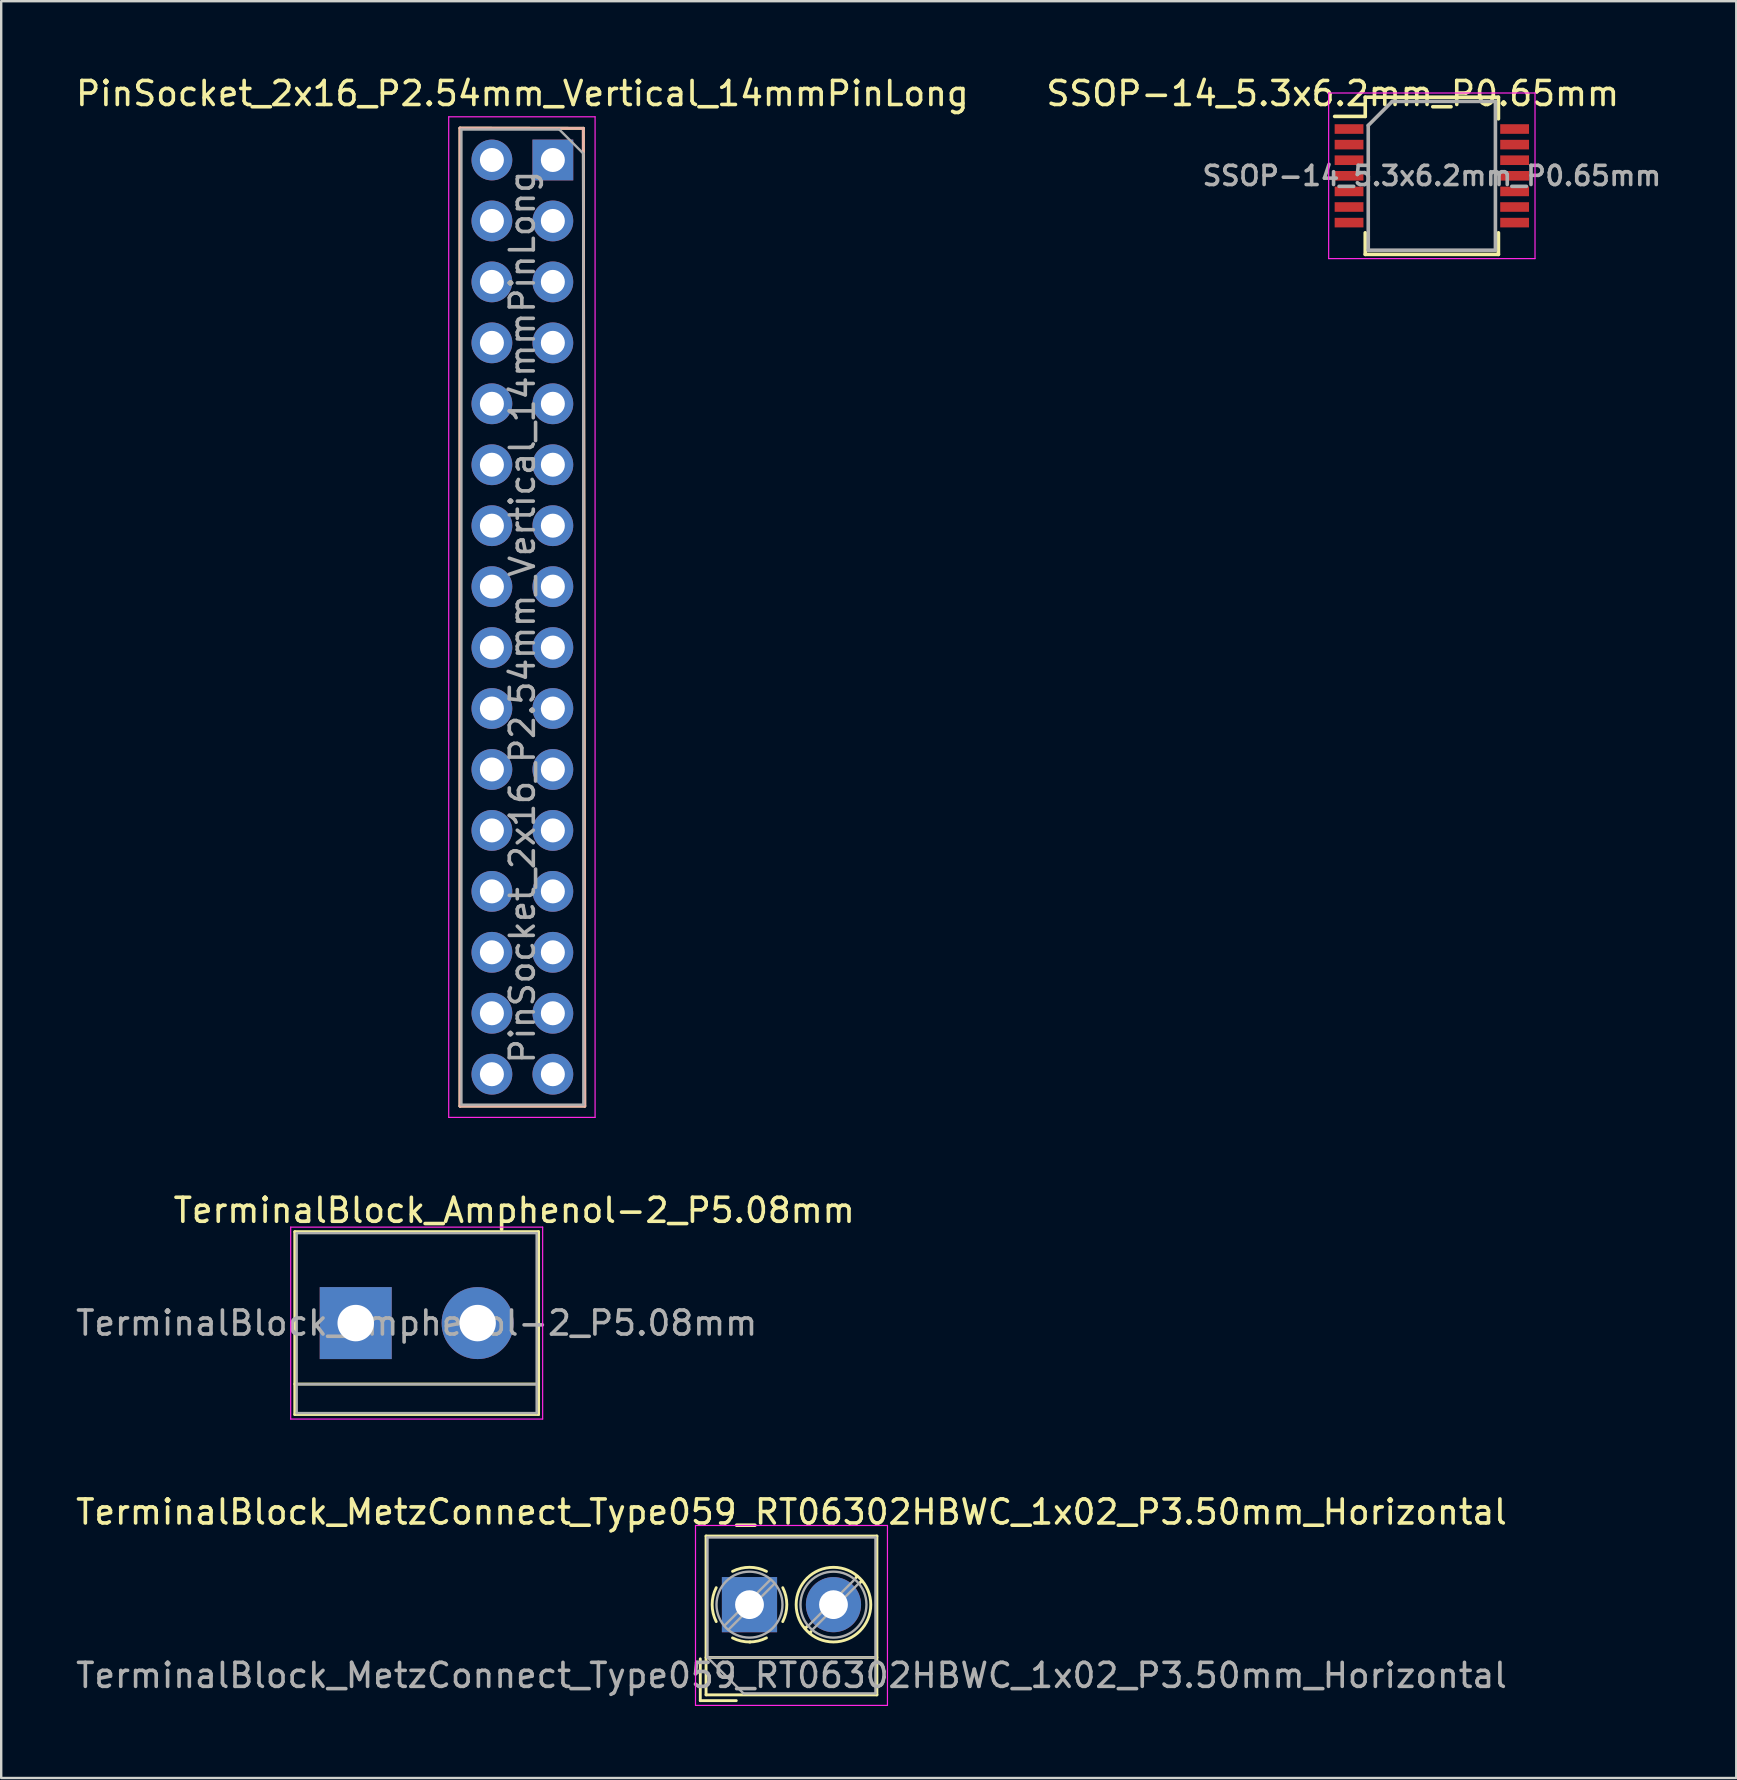
<source format=kicad_pcb>
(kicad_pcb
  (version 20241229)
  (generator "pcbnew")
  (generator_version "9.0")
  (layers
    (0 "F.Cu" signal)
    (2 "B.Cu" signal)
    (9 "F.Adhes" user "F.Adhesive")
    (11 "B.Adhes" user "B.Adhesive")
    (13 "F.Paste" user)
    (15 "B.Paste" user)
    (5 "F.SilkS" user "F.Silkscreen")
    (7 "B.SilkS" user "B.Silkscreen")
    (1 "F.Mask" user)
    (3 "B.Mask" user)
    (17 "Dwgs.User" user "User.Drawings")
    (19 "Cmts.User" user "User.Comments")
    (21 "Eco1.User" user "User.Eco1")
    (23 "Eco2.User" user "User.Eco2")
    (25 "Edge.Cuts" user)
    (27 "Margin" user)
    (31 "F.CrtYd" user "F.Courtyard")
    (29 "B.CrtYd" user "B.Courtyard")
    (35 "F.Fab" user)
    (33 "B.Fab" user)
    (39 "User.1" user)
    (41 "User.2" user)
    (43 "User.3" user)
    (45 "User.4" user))
  (footprint "TerminalBlock_Amphenol-2_P5.08mm"
    (layer "F.Cu")
    (at 11.775 52.09)
    (property "Reference" "TerminalBlock_Amphenol-2_P5.08mm" (at 6.604 -4.699 180) (layer "F.SilkS") (effects (font (size 1 1) (thickness 0.15))))
    (attr through_hole)
    (fp_line (start -2.54 -3.81) (end -2.54 3.81) (stroke (width 0.12) (type solid)) (layer "F.SilkS"))
    (fp_line (start -2.54 3.81) (end 7.62 3.81) (stroke (width 0.12) (type solid)) (layer "F.SilkS"))
    (fp_line (start 7.62 -3.81) (end -2.54 -3.81) (stroke (width 0.12) (type solid)) (layer "F.SilkS"))
    (fp_line (start 7.62 2.54) (end -2.54 2.54) (stroke (width 0.12) (type solid)) (layer "F.SilkS"))
    (fp_line (start 7.62 3.81) (end 7.62 -3.81) (stroke (width 0.12) (type solid)) (layer "F.SilkS"))
    (fp_line (start -2.71 -4) (end -2.71 4) (stroke (width 0.05) (type solid)) (layer "F.CrtYd"))
    (fp_line (start -2.71 -4) (end 7.79 -4) (stroke (width 0.05) (type solid)) (layer "F.CrtYd"))
    (fp_line (start 7.79 4) (end -2.71 4) (stroke (width 0.05) (type solid)) (layer "F.CrtYd"))
    (fp_line (start 7.79 4) (end 7.79 -4) (stroke (width 0.05) (type solid)) (layer "F.CrtYd"))
    (fp_line (start -2.46 -3.75) (end -2.46 3.75) (stroke (width 0.1) (type solid)) (layer "F.Fab"))
    (fp_line (start -2.46 3.75) (end 7.54 3.75) (stroke (width 0.1) (type solid)) (layer "F.Fab"))
    (fp_line (start -2.41 2.55) (end 7.49 2.55) (stroke (width 0.1) (type solid)) (layer "F.Fab"))
    (fp_line (start 7.54 -3.75) (end -2.46 -3.75) (stroke (width 0.1) (type solid)) (layer "F.Fab"))
    (fp_line (start 7.54 3.75) (end 7.54 -3.75) (stroke (width 0.1) (type solid)) (layer "F.Fab"))
    (fp_text user "${REFERENCE}" (at 2.54 0 180) (layer "F.Fab") (effects (font (size 1 1) (thickness 0.15))))
    (pad "1" thru_hole rect (at 0 0) (size 3 3) (drill 1.52) (layers "*.Cu" "*.Mask"))
    (pad "2" thru_hole circle (at 5.08 0) (size 3 3) (drill 1.52) (layers "*.Cu" "*.Mask")))
  (footprint "SSOP-14_5.3x6.2mm_P0.65mm"
    (layer "F.Cu")
    (at 56.622 4.277)
    (property "Reference" "SSOP-14_5.3x6.2mm_P0.65mm" (at -4.128 -3.429 180) (layer "F.SilkS") (effects (font (size 1 1) (thickness 0.15))))
    (attr smd)
    (fp_line (start -2.775 -3.275) (end -2.775 -2.475) (stroke (width 0.15) (type solid)) (layer "F.SilkS"))
    (fp_line (start -2.775 -3.275) (end 2.775 -3.275) (stroke (width 0.15) (type solid)) (layer "F.SilkS"))
    (fp_line (start -2.775 -2.475) (end -4.05 -2.475) (stroke (width 0.15) (type solid)) (layer "F.SilkS"))
    (fp_line (start -2.775 3.275) (end -2.775 2.375) (stroke (width 0.15) (type solid)) (layer "F.SilkS"))
    (fp_line (start -2.775 3.275) (end 2.775 3.275) (stroke (width 0.15) (type solid)) (layer "F.SilkS"))
    (fp_line (start 2.775 -3.275) (end 2.775 -2.375) (stroke (width 0.15) (type solid)) (layer "F.SilkS"))
    (fp_line (start 2.775 3.275) (end 2.775 2.375) (stroke (width 0.15) (type solid)) (layer "F.SilkS"))
    (fp_line (start -4.3 -3.45) (end -4.3 3.45) (stroke (width 0.05) (type solid)) (layer "F.CrtYd"))
    (fp_line (start -4.3 -3.45) (end 4.3 -3.45) (stroke (width 0.05) (type solid)) (layer "F.CrtYd"))
    (fp_line (start -4.3 3.45) (end 4.3 3.45) (stroke (width 0.05) (type solid)) (layer "F.CrtYd"))
    (fp_line (start 4.3 -3.45) (end 4.3 3.45) (stroke (width 0.05) (type solid)) (layer "F.CrtYd"))
    (fp_line (start -2.65 -2.1) (end -1.65 -3.1) (stroke (width 0.15) (type solid)) (layer "F.Fab"))
    (fp_line (start -2.65 3.1) (end -2.65 -2.1) (stroke (width 0.15) (type solid)) (layer "F.Fab"))
    (fp_line (start -1.65 -3.1) (end 2.65 -3.1) (stroke (width 0.15) (type solid)) (layer "F.Fab"))
    (fp_line (start 2.65 -3.1) (end 2.65 3.1) (stroke (width 0.15) (type solid)) (layer "F.Fab"))
    (fp_line (start 2.65 3.1) (end -2.65 3.1) (stroke (width 0.15) (type solid)) (layer "F.Fab"))
    (fp_text user "${REFERENCE}" (at 0 0 180) (layer "F.Fab") (effects (font (size 0.8 0.8) (thickness 0.15))))
    (pad "1" smd rect (at -3.45 -1.95) (size 1.2 0.4) (layers "F.Cu" "F.Mask" "F.Paste"))
    (pad "2" smd rect (at -3.45 -1.3) (size 1.2 0.4) (layers "F.Cu" "F.Mask" "F.Paste"))
    (pad "3" smd rect (at -3.45 -0.65) (size 1.2 0.4) (layers "F.Cu" "F.Mask" "F.Paste"))
    (pad "4" smd rect (at -3.45 0) (size 1.2 0.4) (layers "F.Cu" "F.Mask" "F.Paste"))
    (pad "5" smd rect (at -3.45 0.65) (size 1.2 0.4) (layers "F.Cu" "F.Mask" "F.Paste"))
    (pad "6" smd rect (at -3.45 1.3) (size 1.2 0.4) (layers "F.Cu" "F.Mask" "F.Paste"))
    (pad "7" smd rect (at -3.45 1.95) (size 1.2 0.4) (layers "F.Cu" "F.Mask" "F.Paste"))
    (pad "8" smd rect (at 3.45 1.95) (size 1.2 0.4) (layers "F.Cu" "F.Mask" "F.Paste"))
    (pad "9" smd rect (at 3.45 1.3) (size 1.2 0.4) (layers "F.Cu" "F.Mask" "F.Paste"))
    (pad "10" smd rect (at 3.45 0.65) (size 1.2 0.4) (layers "F.Cu" "F.Mask" "F.Paste"))
    (pad "11" smd rect (at 3.45 0) (size 1.2 0.4) (layers "F.Cu" "F.Mask" "F.Paste"))
    (pad "12" smd rect (at 3.45 -0.65) (size 1.2 0.4) (layers "F.Cu" "F.Mask" "F.Paste"))
    (pad "13" smd rect (at 3.45 -1.3) (size 1.2 0.4) (layers "F.Cu" "F.Mask" "F.Paste"))
    (pad "14" smd rect (at 3.45 -1.95) (size 1.2 0.4) (layers "F.Cu" "F.Mask" "F.Paste")))
  (footprint "PinSocket_2x16_P2.54mm_Vertical_14mmPinLong"
    (layer "F.Cu")
    (at 19.99 3.618)
    (property "Reference" "PinSocket_2x16_P2.54mm_Vertical_14mmPinLong" (at -1.27 -2.77 0) (layer "F.SilkS") (effects (font (size 1 1) (thickness 0.15))))
    (attr through_hole)
    (fp_line (start -3.87 -1.33) (end -3.87 39.43) (stroke (width 0.12) (type solid)) (layer "F.SilkS"))
    (fp_line (start -3.87 -1.33) (end 1.27 -1.321) (stroke (width 0.12) (type solid)) (layer "F.SilkS"))
    (fp_line (start -3.87 39.43) (end 1.33 39.43) (stroke (width 0.12) (type solid)) (layer "F.SilkS"))
    (fp_line (start 1.27 -1.321) (end 1.33 39.43) (stroke (width 0.12) (type solid)) (layer "F.SilkS"))
    (fp_line (start -3.87 -1.33) (end -3.87 39.43) (stroke (width 0.12) (type solid)) (layer "B.SilkS"))
    (fp_line (start -3.87 -1.33) (end 1.27 -1.321) (stroke (width 0.12) (type solid)) (layer "B.SilkS"))
    (fp_line (start -3.87 39.43) (end 1.33 39.43) (stroke (width 0.12) (type solid)) (layer "B.SilkS"))
    (fp_line (start 1.27 -1.321) (end 1.33 39.43) (stroke (width 0.12) (type solid)) (layer "B.SilkS"))
    (fp_line (start -4.34 -1.8) (end 1.76 -1.8) (stroke (width 0.05) (type solid)) (layer "F.CrtYd"))
    (fp_line (start -4.34 39.9) (end -4.34 -1.8) (stroke (width 0.05) (type solid)) (layer "F.CrtYd"))
    (fp_line (start 1.76 -1.8) (end 1.76 39.9) (stroke (width 0.05) (type solid)) (layer "F.CrtYd"))
    (fp_line (start 1.76 39.9) (end -4.34 39.9) (stroke (width 0.05) (type solid)) (layer "F.CrtYd"))
    (fp_line (start -3.81 -1.27) (end 0.27 -1.27) (stroke (width 0.1) (type solid)) (layer "F.Fab"))
    (fp_line (start -3.81 39.37) (end -3.81 -1.27) (stroke (width 0.1) (type solid)) (layer "F.Fab"))
    (fp_line (start 0.27 -1.27) (end 1.27 -0.27) (stroke (width 0.1) (type solid)) (layer "F.Fab"))
    (fp_line (start 1.27 -0.27) (end 1.27 39.37) (stroke (width 0.1) (type solid)) (layer "F.Fab"))
    (fp_line (start 1.27 39.37) (end -3.81 39.37) (stroke (width 0.1) (type solid)) (layer "F.Fab"))
    (fp_text user "${REFERENCE}" (at -1.27 19.05 90) (layer "F.Fab") (effects (font (size 1 1) (thickness 0.15))))
    (pad "1" thru_hole rect (at 0 0) (size 1.7 1.7) (drill 1) (layers "*.Cu" "*.Mask"))
    (pad "2" thru_hole oval (at -2.54 0) (size 1.7 1.7) (drill 1) (layers "*.Cu" "*.Mask"))
    (pad "3" thru_hole oval (at 0 2.54) (size 1.7 1.7) (drill 1) (layers "*.Cu" "*.Mask"))
    (pad "4" thru_hole oval (at -2.54 2.54) (size 1.7 1.7) (drill 1) (layers "*.Cu" "*.Mask"))
    (pad "5" thru_hole oval (at 0 5.08) (size 1.7 1.7) (drill 1) (layers "*.Cu" "*.Mask"))
    (pad "6" thru_hole oval (at -2.54 5.08) (size 1.7 1.7) (drill 1) (layers "*.Cu" "*.Mask"))
    (pad "7" thru_hole oval (at 0 7.62) (size 1.7 1.7) (drill 1) (layers "*.Cu" "*.Mask"))
    (pad "8" thru_hole oval (at -2.54 7.62) (size 1.7 1.7) (drill 1) (layers "*.Cu" "*.Mask"))
    (pad "9" thru_hole oval (at 0 10.16) (size 1.7 1.7) (drill 1) (layers "*.Cu" "*.Mask"))
    (pad "10" thru_hole oval (at -2.54 10.16) (size 1.7 1.7) (drill 1) (layers "*.Cu" "*.Mask"))
    (pad "11" thru_hole oval (at 0 12.7) (size 1.7 1.7) (drill 1) (layers "*.Cu" "*.Mask"))
    (pad "12" thru_hole oval (at -2.54 12.7) (size 1.7 1.7) (drill 1) (layers "*.Cu" "*.Mask"))
    (pad "13" thru_hole oval (at 0 15.24) (size 1.7 1.7) (drill 1) (layers "*.Cu" "*.Mask"))
    (pad "14" thru_hole oval (at -2.54 15.24) (size 1.7 1.7) (drill 1) (layers "*.Cu" "*.Mask"))
    (pad "15" thru_hole oval (at 0 17.78) (size 1.7 1.7) (drill 1) (layers "*.Cu" "*.Mask"))
    (pad "16" thru_hole oval (at -2.54 17.78) (size 1.7 1.7) (drill 1) (layers "*.Cu" "*.Mask"))
    (pad "17" thru_hole oval (at 0 20.32) (size 1.7 1.7) (drill 1) (layers "*.Cu" "*.Mask"))
    (pad "18" thru_hole oval (at -2.54 20.32) (size 1.7 1.7) (drill 1) (layers "*.Cu" "*.Mask"))
    (pad "19" thru_hole oval (at 0 22.86) (size 1.7 1.7) (drill 1) (layers "*.Cu" "*.Mask"))
    (pad "20" thru_hole oval (at -2.54 22.86) (size 1.7 1.7) (drill 1) (layers "*.Cu" "*.Mask"))
    (pad "21" thru_hole oval (at 0 25.4) (size 1.7 1.7) (drill 1) (layers "*.Cu" "*.Mask"))
    (pad "22" thru_hole oval (at -2.54 25.4) (size 1.7 1.7) (drill 1) (layers "*.Cu" "*.Mask"))
    (pad "23" thru_hole oval (at 0 27.94) (size 1.7 1.7) (drill 1) (layers "*.Cu" "*.Mask"))
    (pad "24" thru_hole oval (at -2.54 27.94) (size 1.7 1.7) (drill 1) (layers "*.Cu" "*.Mask"))
    (pad "25" thru_hole oval (at 0 30.48) (size 1.7 1.7) (drill 1) (layers "*.Cu" "*.Mask"))
    (pad "26" thru_hole oval (at -2.54 30.48) (size 1.7 1.7) (drill 1) (layers "*.Cu" "*.Mask"))
    (pad "27" thru_hole oval (at 0 33.02) (size 1.7 1.7) (drill 1) (layers "*.Cu" "*.Mask"))
    (pad "28" thru_hole oval (at -2.54 33.02) (size 1.7 1.7) (drill 1) (layers "*.Cu" "*.Mask"))
    (pad "29" thru_hole oval (at 0 35.56) (size 1.7 1.7) (drill 1) (layers "*.Cu" "*.Mask"))
    (pad "30" thru_hole oval (at -2.54 35.56) (size 1.7 1.7) (drill 1) (layers "*.Cu" "*.Mask"))
    (pad "31" thru_hole oval (at 0 38.1) (size 1.7 1.7) (drill 1) (layers "*.Cu" "*.Mask"))
    (pad "32" thru_hole oval (at -2.54 38.1) (size 1.7 1.7) (drill 1) (layers "*.Cu" "*.Mask")))
  (footprint "TerminalBlock_MetzConnect_Type059_RT06302HBWC_1x02_P3.50mm_Horizontal"
    (layer "F.Cu")
    (at 28.185 63.824)
    (property "Reference" "TerminalBlock_MetzConnect_Type059_RT06302HBWC_1x02_P3.50mm_Horizontal" (at 1.75 -3.86 180) (layer "F.SilkS") (effects (font (size 1 1) (thickness 0.15))))
    (attr through_hole)
    (fp_line (start -2.05 2.26) (end -2.05 4) (stroke (width 0.12) (type solid)) (layer "F.SilkS"))
    (fp_line (start -2.05 4) (end -0.55 4) (stroke (width 0.12) (type solid)) (layer "F.SilkS"))
    (fp_line (start -1.81 -2.86) (end -1.81 3.76) (stroke (width 0.12) (type solid)) (layer "F.SilkS"))
    (fp_line (start -1.81 -2.86) (end 5.31 -2.86) (stroke (width 0.12) (type solid)) (layer "F.SilkS"))
    (fp_line (start -1.81 2.2) (end 5.31 2.2) (stroke (width 0.12) (type solid)) (layer "F.SilkS"))
    (fp_line (start -1.81 3.76) (end 5.31 3.76) (stroke (width 0.12) (type solid)) (layer "F.SilkS"))
    (fp_line (start 2.397 0.914) (end 2.321 0.99) (stroke (width 0.12) (type solid)) (layer "F.SilkS"))
    (fp_line (start 2.565 1.125) (end 2.511 1.18) (stroke (width 0.12) (type solid)) (layer "F.SilkS"))
    (fp_line (start 4.49 -1.18) (end 4.436 -1.126) (stroke (width 0.12) (type solid)) (layer "F.SilkS"))
    (fp_line (start 4.68 -0.99) (end 4.604 -0.914) (stroke (width 0.12) (type solid)) (layer "F.SilkS"))
    (fp_line (start 5.31 -2.86) (end 5.31 3.76) (stroke (width 0.12) (type solid)) (layer "F.SilkS"))
    (fp_arc (start -1.386645 0.705733) (mid -1.555906 -0.000711) (end -1.386 -0.707) (stroke (width 0.12) (type solid)) (layer "F.SilkS"))
    (fp_arc (start -0.705733 -1.386645) (mid 0.000711 -1.555906) (end 0.707 -1.386) (stroke (width 0.12) (type solid)) (layer "F.SilkS"))
    (fp_arc (start 0.026444 1.555682) (mid -0.350695 1.515869) (end -0.707 1.386) (stroke (width 0.12) (type solid)) (layer "F.SilkS"))
    (fp_arc (start 0.705955 1.385515) (mid 0.363007 1.512035) (end 0 1.555) (stroke (width 0.12) (type solid)) (layer "F.SilkS"))
    (fp_arc (start 1.386645 -0.705733) (mid 1.555906 0.000711) (end 1.386 0.707) (stroke (width 0.12) (type solid)) (layer "F.SilkS"))
    (fp_circle (center 3.5 0) (end 5.055 0) (stroke (width 0.12) (type solid)) (fill no) (layer "F.SilkS"))
    (fp_line (start -2.25 -3.3) (end -2.25 4.2) (stroke (width 0.05) (type solid)) (layer "F.CrtYd"))
    (fp_line (start -2.25 4.2) (end 5.75 4.2) (stroke (width 0.05) (type solid)) (layer "F.CrtYd"))
    (fp_line (start 5.75 -3.3) (end -2.25 -3.3) (stroke (width 0.05) (type solid)) (layer "F.CrtYd"))
    (fp_line (start 5.75 4.2) (end 5.75 -3.3) (stroke (width 0.05) (type solid)) (layer "F.CrtYd"))
    (fp_line (start -1.75 -2.8) (end 5.25 -2.8) (stroke (width 0.1) (type solid)) (layer "F.Fab"))
    (fp_line (start -1.75 2.2) (end -1.75 -2.8) (stroke (width 0.1) (type solid)) (layer "F.Fab"))
    (fp_line (start -1.75 2.2) (end 5.25 2.2) (stroke (width 0.1) (type solid)) (layer "F.Fab"))
    (fp_line (start -0.25 3.7) (end -1.75 2.2) (stroke (width 0.1) (type solid)) (layer "F.Fab"))
    (fp_line (start 0.876 -1.043) (end -1.043 0.875) (stroke (width 0.1) (type solid)) (layer "F.Fab"))
    (fp_line (start 1.043 -0.875) (end -0.876 1.043) (stroke (width 0.1) (type solid)) (layer "F.Fab"))
    (fp_line (start 4.376 -1.043) (end 2.458 0.875) (stroke (width 0.1) (type solid)) (layer "F.Fab"))
    (fp_line (start 4.543 -0.875) (end 2.625 1.043) (stroke (width 0.1) (type solid)) (layer "F.Fab"))
    (fp_line (start 5.25 -2.8) (end 5.25 3.7) (stroke (width 0.1) (type solid)) (layer "F.Fab"))
    (fp_line (start 5.25 3.7) (end -0.25 3.7) (stroke (width 0.1) (type solid)) (layer "F.Fab"))
    (fp_circle (center 0 0) (end 1.375 0) (stroke (width 0.1) (type solid)) (fill no) (layer "F.Fab"))
    (fp_circle (center 3.5 0) (end 4.875 0) (stroke (width 0.1) (type solid)) (fill no) (layer "F.Fab"))
    (fp_text user "${REFERENCE}" (at 1.75 2.95 180) (layer "F.Fab") (effects (font (size 1 1) (thickness 0.15))))
    (pad "1" thru_hole rect (at 0 0) (size 2.3 2.3) (drill 1.2) (layers "*.Cu" "*.Mask"))
    (pad "2" thru_hole circle (at 3.5 0) (size 2.3 2.3) (drill 1.2) (layers "*.Cu" "*.Mask")))
  (gr_rect
    (start -3 -3)
    (end 69.309 71.049)
    (stroke (width 0.1) (type default))
    (fill no)
    (layer "Edge.Cuts")))
</source>
